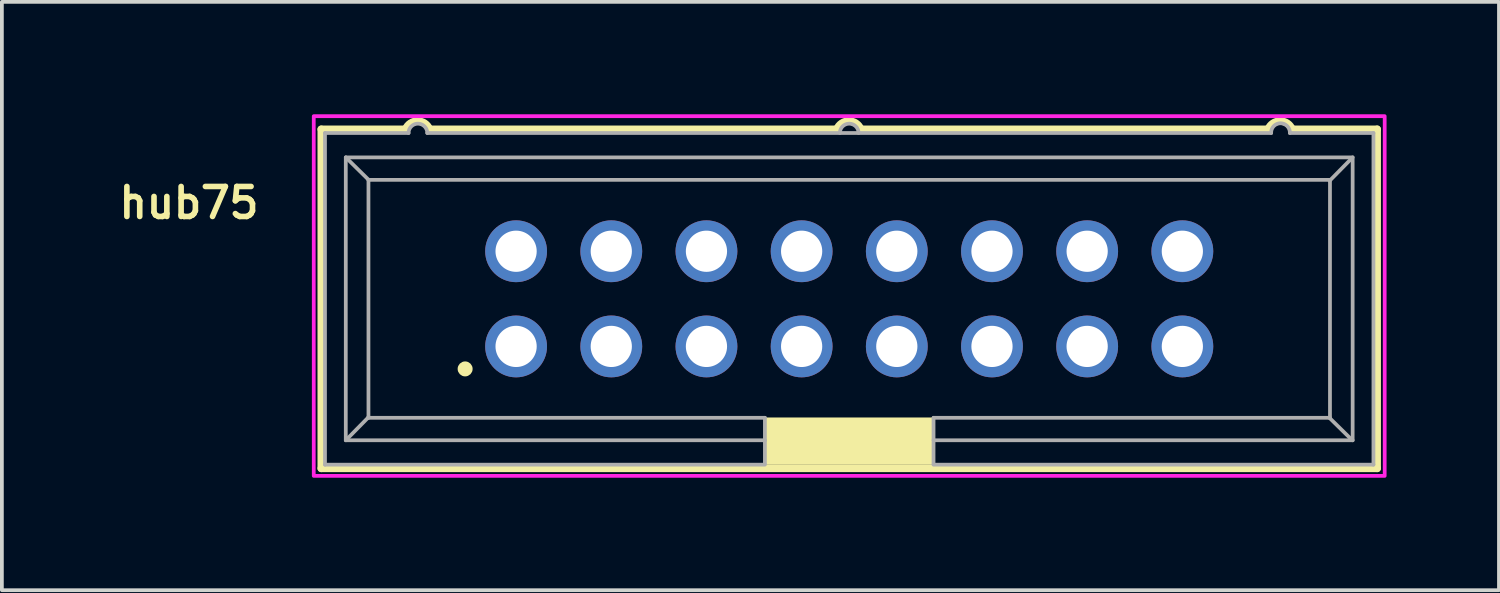
<source format=kicad_pcb>
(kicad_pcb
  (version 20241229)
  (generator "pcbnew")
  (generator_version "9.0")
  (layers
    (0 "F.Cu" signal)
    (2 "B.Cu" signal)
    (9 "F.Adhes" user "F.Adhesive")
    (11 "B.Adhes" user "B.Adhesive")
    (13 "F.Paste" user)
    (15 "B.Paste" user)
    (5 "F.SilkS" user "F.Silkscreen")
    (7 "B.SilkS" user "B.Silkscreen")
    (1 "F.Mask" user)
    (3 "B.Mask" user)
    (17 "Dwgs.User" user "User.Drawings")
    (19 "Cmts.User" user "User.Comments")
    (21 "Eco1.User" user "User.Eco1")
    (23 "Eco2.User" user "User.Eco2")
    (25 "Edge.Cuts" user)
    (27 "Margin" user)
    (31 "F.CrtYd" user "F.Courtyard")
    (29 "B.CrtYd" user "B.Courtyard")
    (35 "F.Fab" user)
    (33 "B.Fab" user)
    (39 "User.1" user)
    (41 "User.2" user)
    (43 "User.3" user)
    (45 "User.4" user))
  (footprint "hub75"
    (layer "F.Cu")
    (at 19.613 4.925)
    (property "Reference" "hub75" (at -17.62 -2.561 0) (layer "F.SilkS") (effects (font (size 0.8 0.8) (thickness 0.15))))
    (attr through_hole)
    (fp_line (start -14.09 -4.525) (end -14.09 4.525) (stroke (width 0.2) (type solid)) (layer "F.SilkS"))
    (fp_line (start -14.09 4.525) (end 14.09 4.525) (stroke (width 0.2) (type solid)) (layer "F.SilkS"))
    (fp_line (start -11.84 -4.525) (end -14.09 -4.525) (stroke (width 0.2) (type solid)) (layer "F.SilkS"))
    (fp_line (start -0.33 -4.525) (end -11.2 -4.525) (stroke (width 0.2) (type solid)) (layer "F.SilkS"))
    (fp_line (start 11.18 -4.525) (end 0.31 -4.525) (stroke (width 0.2) (type solid)) (layer "F.SilkS"))
    (fp_line (start 11.82 -4.525) (end 14.09 -4.525) (stroke (width 0.2) (type solid)) (layer "F.SilkS"))
    (fp_line (start 14.09 4.525) (end 14.09 -4.525) (stroke (width 0.2) (type solid)) (layer "F.SilkS"))
    (fp_arc (start -11.84 -4.525) (mid -11.52 -4.743548) (end -11.2 -4.525) (stroke (width 0.2) (type solid)) (layer "F.SilkS"))
    (fp_arc (start -0.33 -4.525) (mid -0.01 -4.743548) (end 0.31 -4.525) (stroke (width 0.2) (type solid)) (layer "F.SilkS"))
    (fp_arc (start 11.18 -4.525) (mid 11.5 -4.743548) (end 11.82 -4.525) (stroke (width 0.2) (type solid)) (layer "F.SilkS"))
    (fp_circle (center -10.25 1.87) (end -10.15 1.87) (stroke (width 0.2) (type solid)) (fill no) (layer "F.SilkS"))
    (fp_poly (pts (xy -2.25 3.175) (xy 2.25 3.175) (xy 2.25 4.425) (xy -2.25 4.425)) (stroke (width 0.01) (type solid)) (fill yes) (layer "F.SilkS"))
    (fp_poly (pts (xy -14.29 -4.875) (xy 14.29 -4.875) (xy 14.29 4.725) (xy -14.29 4.725)) (stroke (width 0.1) (type solid)) (fill no) (layer "F.CrtYd"))
    (fp_line (start -13.99 -4.425) (end -11.76 -4.425) (stroke (width 0.1) (type solid)) (layer "F.Fab"))
    (fp_line (start -13.99 4.425) (end -13.99 -4.425) (stroke (width 0.1) (type solid)) (layer "F.Fab"))
    (fp_line (start -13.435 -3.775) (end 13.435 -3.775) (stroke (width 0.1) (type solid)) (layer "F.Fab"))
    (fp_line (start -13.435 3.775) (end -13.435 -3.775) (stroke (width 0.1) (type solid)) (layer "F.Fab"))
    (fp_line (start -12.83 -3.175) (end 12.83 -3.175) (stroke (width 0.1) (type solid)) (layer "F.Fab"))
    (fp_line (start -12.83 3.16) (end -13.43 3.77) (stroke (width 0.1) (type solid)) (layer "F.Fab"))
    (fp_line (start -12.83 3.16) (end -12.83 -3.175) (stroke (width 0.1) (type solid)) (layer "F.Fab"))
    (fp_line (start -12.83 3.175) (end -12.83 3.16) (stroke (width 0.1) (type solid)) (layer "F.Fab"))
    (fp_line (start -12.82 -3.17) (end -13.43 -3.77) (stroke (width 0.1) (type solid)) (layer "F.Fab"))
    (fp_line (start -11.26 -4.425) (end 11.26 -4.425) (stroke (width 0.1) (type solid)) (layer "F.Fab"))
    (fp_line (start -2.25 3.175) (end -12.83 3.175) (stroke (width 0.1) (type solid)) (layer "F.Fab"))
    (fp_line (start -2.25 3.175) (end -2.25 3.775) (stroke (width 0.1) (type solid)) (layer "F.Fab"))
    (fp_line (start -2.25 3.775) (end -13.435 3.775) (stroke (width 0.1) (type solid)) (layer "F.Fab"))
    (fp_line (start -2.25 3.795) (end -2.25 4.395) (stroke (width 0.1) (type solid)) (layer "F.Fab"))
    (fp_line (start -2.25 4.425) (end -13.99 4.425) (stroke (width 0.1) (type solid)) (layer "F.Fab"))
    (fp_line (start 2.25 3.175) (end 2.25 3.775) (stroke (width 0.1) (type solid)) (layer "F.Fab"))
    (fp_line (start 2.25 3.815) (end 2.25 4.415) (stroke (width 0.1) (type solid)) (layer "F.Fab"))
    (fp_line (start 11.76 -4.425) (end 13.99 -4.425) (stroke (width 0.1) (type solid)) (layer "F.Fab"))
    (fp_line (start 12.81 3.17) (end 13.42 3.77) (stroke (width 0.1) (type solid)) (layer "F.Fab"))
    (fp_line (start 12.82 -3.15) (end 13.42 -3.76) (stroke (width 0.1) (type solid)) (layer "F.Fab"))
    (fp_line (start 12.83 -3.175) (end 12.83 3.175) (stroke (width 0.1) (type solid)) (layer "F.Fab"))
    (fp_line (start 12.83 3.175) (end 2.25 3.175) (stroke (width 0.1) (type solid)) (layer "F.Fab"))
    (fp_line (start 13.435 -3.775) (end 13.435 3.775) (stroke (width 0.1) (type solid)) (layer "F.Fab"))
    (fp_line (start 13.435 3.775) (end 2.25 3.775) (stroke (width 0.1) (type solid)) (layer "F.Fab"))
    (fp_line (start 13.99 -4.425) (end 13.99 4.425) (stroke (width 0.1) (type solid)) (layer "F.Fab"))
    (fp_line (start 13.99 4.425) (end 2.25 4.425) (stroke (width 0.1) (type solid)) (layer "F.Fab"))
    (fp_arc (start -11.76 -4.425) (mid -11.51 -4.68005) (end -11.26 -4.425) (stroke (width 0.1) (type solid)) (layer "F.Fab"))
    (fp_arc (start -0.25 -4.425) (mid 0 -4.68005) (end 0.25 -4.425) (stroke (width 0.1) (type solid)) (layer "F.Fab"))
    (fp_arc (start 11.26 -4.425) (mid 11.51 -4.685196) (end 11.76 -4.425) (stroke (width 0.1) (type solid)) (layer "F.Fab"))
    (pad "1" thru_hole circle (at -8.89 1.27) (size 1.65 1.65) (drill 1.1) (layers "*.Cu" "*.Mask"))
    (pad "2" thru_hole circle (at -8.89 -1.27) (size 1.65 1.65) (drill 1.1) (layers "*.Cu" "*.Mask"))
    (pad "3" thru_hole circle (at -6.35 1.27) (size 1.65 1.65) (drill 1.1) (layers "*.Cu" "*.Mask"))
    (pad "4" thru_hole circle (at -6.35 -1.27) (size 1.65 1.65) (drill 1.1) (layers "*.Cu" "*.Mask"))
    (pad "5" thru_hole circle (at -3.81 1.27) (size 1.65 1.65) (drill 1.1) (layers "*.Cu" "*.Mask"))
    (pad "6" thru_hole circle (at -3.81 -1.27) (size 1.65 1.65) (drill 1.1) (layers "*.Cu" "*.Mask"))
    (pad "7" thru_hole circle (at -1.27 1.27) (size 1.65 1.65) (drill 1.1) (layers "*.Cu" "*.Mask"))
    (pad "8" thru_hole circle (at -1.27 -1.27) (size 1.65 1.65) (drill 1.1) (layers "*.Cu" "*.Mask"))
    (pad "9" thru_hole circle (at 1.27 1.27) (size 1.65 1.65) (drill 1.1) (layers "*.Cu" "*.Mask"))
    (pad "10" thru_hole circle (at 1.27 -1.27) (size 1.65 1.65) (drill 1.1) (layers "*.Cu" "*.Mask"))
    (pad "11" thru_hole circle (at 3.81 1.27) (size 1.65 1.65) (drill 1.1) (layers "*.Cu" "*.Mask"))
    (pad "12" thru_hole circle (at 3.81 -1.27) (size 1.65 1.65) (drill 1.1) (layers "*.Cu" "*.Mask"))
    (pad "13" thru_hole circle (at 6.35 1.27) (size 1.65 1.65) (drill 1.1) (layers "*.Cu" "*.Mask"))
    (pad "14" thru_hole circle (at 6.35 -1.27) (size 1.65 1.65) (drill 1.1) (layers "*.Cu" "*.Mask"))
    (pad "15" thru_hole circle (at 8.89 1.27) (size 1.65 1.65) (drill 1.1) (layers "*.Cu" "*.Mask"))
    (pad "16" thru_hole circle (at 8.89 -1.27) (size 1.65 1.65) (drill 1.1) (layers "*.Cu" "*.Mask")))
  (gr_rect
    (start -3 -3)
    (end 36.953 12.7)
    (stroke (width 0.1) (type default))
    (fill no)
    (layer "Edge.Cuts")))
</source>
